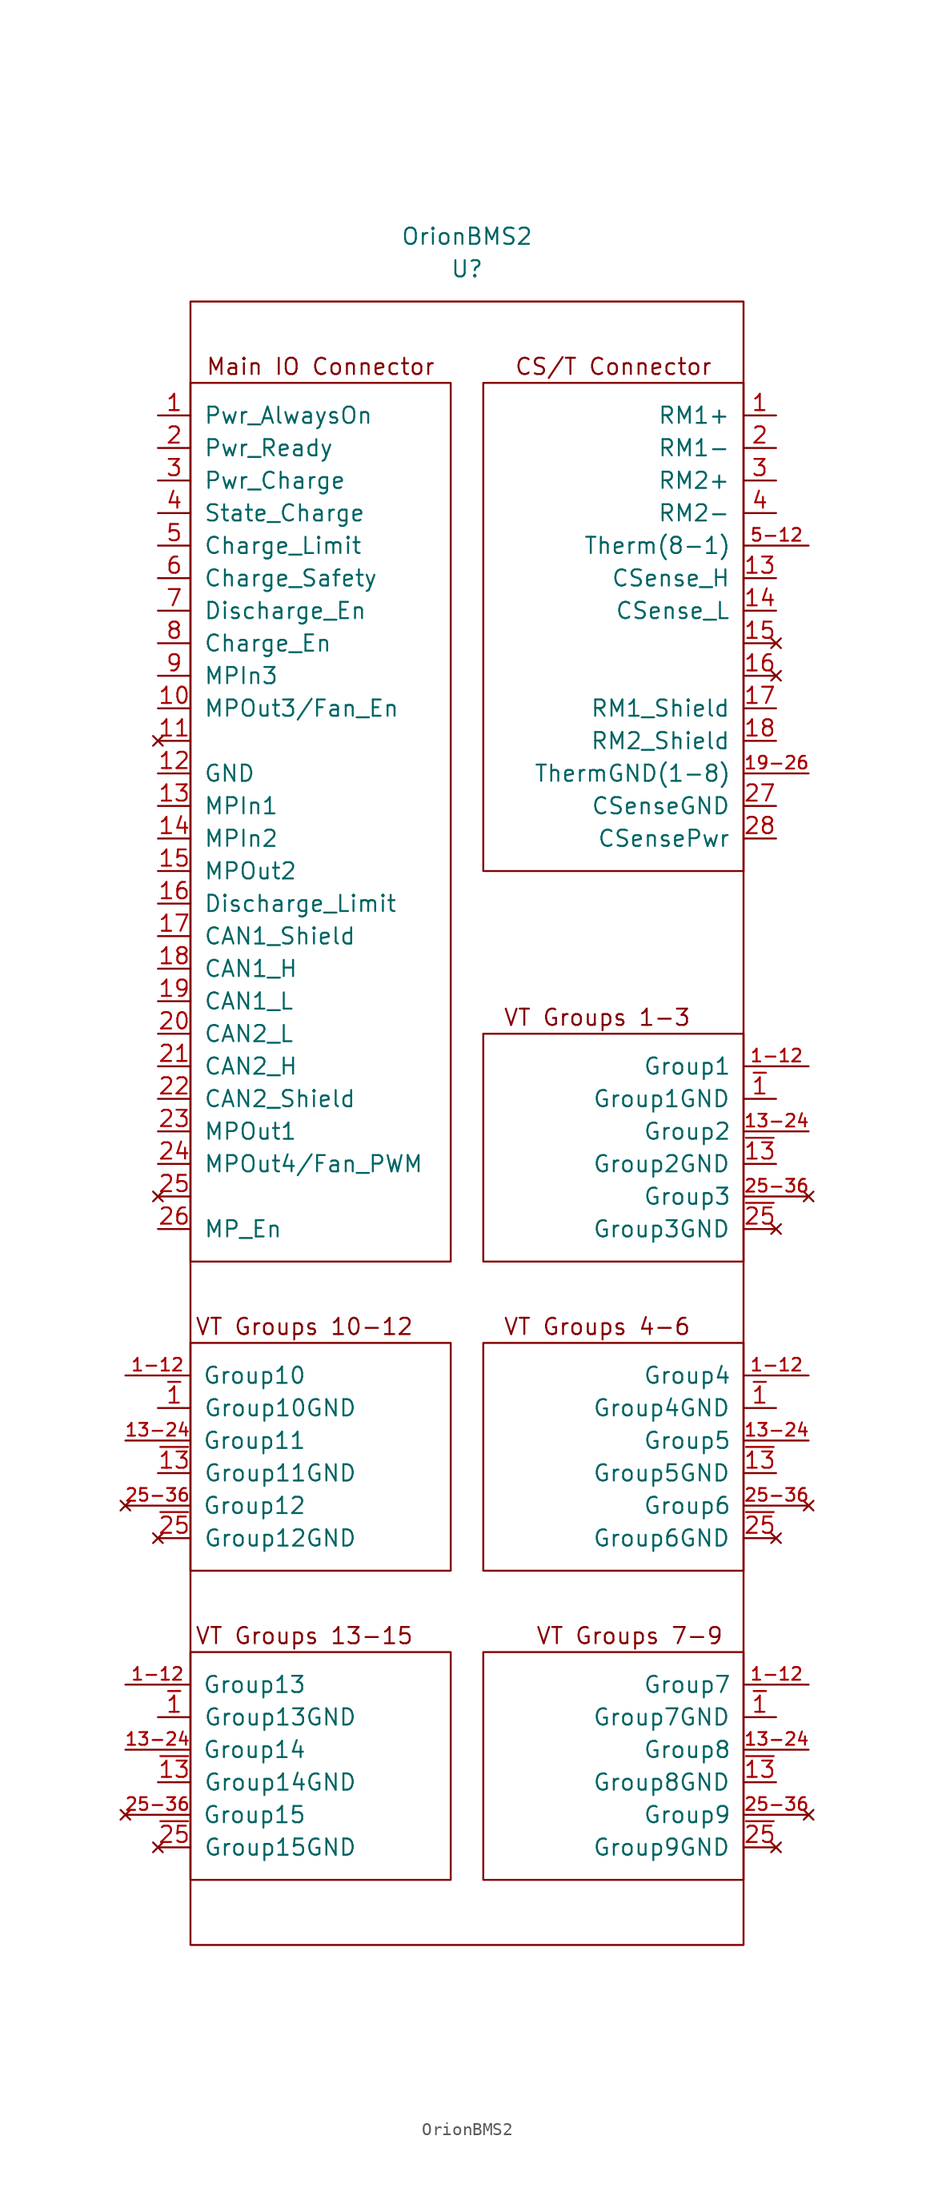
<source format=kicad_sym>
(kicad_symbol_lib
  (version 20211014)
  (generator kicad_symbol_editor)
  (symbol "OrionBMS2"
    (pin_names
      (offset 1.016))
    (property "Reference" "U"
      (at 0 33.02 0)
      (effects (font (size 1.27 1.27))))
    (property "Value" "OrionBMS2"
      (at 0 35.56 0)
      (effects (font (size 1.27 1.27))))
    (symbol "OrionBMS2_0_0"
      (rectangle (start -21.59 -50.8) (end -1.27 -68.58) (stroke (width 0) (type default) (color 0 0 0 0)) (fill (type none)))
      (rectangle (start 21.59 -50.8) (end 1.27 -68.58) (stroke (width 0) (type default) (color 0 0 0 0)) (fill (type none)))
      (rectangle (start 21.59 24.13) (end 1.27 -13.97) (stroke (width 0) (type default) (color 0 0 0 0)) (fill (type none)))
      (text "CS/T Connector" (at 11.43 25.4 0) (effects (font (size 1.27 1.27))))
      (text "Main IO Connector" (at -11.43 25.4 0) (effects (font (size 1.27 1.27))))
      (text "VT Groups 1-3" (at 10.16 -25.4 0) (effects (font (size 1.27 1.27))))
      (text "VT Groups 10-12" (at -12.7 -49.53 0) (effects (font (size 1.27 1.27))))
      (text "VT Groups 4-6" (at 10.16 -49.53 0) (effects (font (size 1.27 1.27)))))
    (symbol "OrionBMS2_0_1"
      (rectangle (start -21.59 24.13) (end -1.27 -44.45) (stroke (width 0) (type default) (color 0 0 0 0)) (fill (type none)))
      (rectangle (start -21.59 30.48) (end 21.59 -97.79) (stroke (width 0) (type default) (color 0 0 0 0)) (fill (type none)))
      (rectangle (start 21.59 -26.67) (end 1.27 -44.45) (stroke (width 0) (type default) (color 0 0 0 0)) (fill (type none))))
    (symbol "OrionBMS2_1_1"
      (rectangle (start -21.59 -74.93) (end -1.27 -92.71) (stroke (width 0) (type default) (color 0 0 0 0)) (fill (type none)))
      (rectangle (start 21.59 -74.93) (end 1.27 -92.71) (stroke (width 0) (type default) (color 0 0 0 0)) (fill (type none)))
      (text "VT Groups 13-15" (at -12.7 -73.66 0) (effects (font (size 1.27 1.27))))
      (text "VT Groups 7-9" (at 12.7 -73.66 0) (effects (font (size 1.27 1.27))))
      (pin power_in line (at -24.13 21.59 0) (length 2.54) (name "Pwr_AlwaysOn" (effects (font (size 1.27 1.27)))) (number "1" (effects (font (size 1.27 1.27)))))
      (pin bidirectional line (at 24.13 21.59 180) (length 2.54) (name "RM1+" (effects (font (size 1.27 1.27)))) (number "1" (effects (font (size 1.27 1.27)))))
      (pin input line (at 26.67 -29.21 180) (length 5.004) (name "Group1" (effects (font (size 1.27 1.27)))) (number "1-12" (effects (font (size 0.991 0.991)))))
      (pin input line (at -26.67 -53.34 0) (length 5.004) (name "Group10" (effects (font (size 1.27 1.27)))) (number "1-12" (effects (font (size 0.991 0.991)))))
      (pin input line (at -26.67 -77.47 0) (length 5.004) (name "Group13" (effects (font (size 1.27 1.27)))) (number "1-12" (effects (font (size 0.991 0.991)))))
      (pin input line (at 26.67 -53.34 180) (length 5.004) (name "Group4" (effects (font (size 1.27 1.27)))) (number "1-12" (effects (font (size 0.991 0.991)))))
      (pin input line (at 26.67 -77.47 180) (length 5.004) (name "Group7" (effects (font (size 1.27 1.27)))) (number "1-12" (effects (font (size 0.991 0.991)))))
      (pin output line (at -24.13 -1.27 0) (length 2.54) (name "MPOut3/Fan_En" (effects (font (size 1.27 1.27)))) (number "10" (effects (font (size 1.27 1.27)))))
      (pin no_connect line (at -24.13 -3.81 0) (length 2.54) (name "~" (effects (font (size 1.27 1.27)))) (number "11" (effects (font (size 1.27 1.27)))))
      (pin passive line (at -24.13 -6.35 0) (length 2.54) (name "GND" (effects (font (size 1.27 1.27)))) (number "12" (effects (font (size 1.27 1.27)))))
      (pin input line (at 24.13 8.89 180) (length 2.54) (name "CSense_H" (effects (font (size 1.27 1.27)))) (number "13" (effects (font (size 1.27 1.27)))))
      (pin input line (at -24.13 -8.89 0) (length 2.54) (name "MPIn1" (effects (font (size 1.27 1.27)))) (number "13" (effects (font (size 1.27 1.27)))))
      (pin input line (at -26.67 -58.42 0) (length 5.004) (name "Group11" (effects (font (size 1.27 1.27)))) (number "13-24" (effects (font (size 0.991 0.991)))))
      (pin input line (at -26.67 -82.55 0) (length 5.004) (name "Group14" (effects (font (size 1.27 1.27)))) (number "13-24" (effects (font (size 0.991 0.991)))))
      (pin input line (at 26.67 -34.29 180) (length 5.004) (name "Group2" (effects (font (size 1.27 1.27)))) (number "13-24" (effects (font (size 0.991 0.991)))))
      (pin input line (at 26.67 -58.42 180) (length 5.004) (name "Group5" (effects (font (size 1.27 1.27)))) (number "13-24" (effects (font (size 0.991 0.991)))))
      (pin input line (at 26.67 -82.55 180) (length 5.004) (name "Group8" (effects (font (size 1.27 1.27)))) (number "13-24" (effects (font (size 0.991 0.991)))))
      (pin input line (at 24.13 6.35 180) (length 2.54) (name "CSense_L" (effects (font (size 1.27 1.27)))) (number "14" (effects (font (size 1.27 1.27)))))
      (pin input line (at -24.13 -11.43 0) (length 2.54) (name "MPIn2" (effects (font (size 1.27 1.27)))) (number "14" (effects (font (size 1.27 1.27)))))
      (pin output line (at -24.13 -13.97 0) (length 2.54) (name "MPOut2" (effects (font (size 1.27 1.27)))) (number "15" (effects (font (size 1.27 1.27)))))
      (pin no_connect line (at 24.13 3.81 180) (length 2.54) (name "~" (effects (font (size 1.27 1.27)))) (number "15" (effects (font (size 1.27 1.27)))))
      (pin output line (at -24.13 -16.51 0) (length 2.54) (name "Discharge_Limit" (effects (font (size 1.27 1.27)))) (number "16" (effects (font (size 1.27 1.27)))))
      (pin no_connect line (at 24.13 1.27 180) (length 2.54) (name "~" (effects (font (size 1.27 1.27)))) (number "16" (effects (font (size 1.27 1.27)))))
      (pin passive line (at -24.13 -19.05 0) (length 2.54) (name "CAN1_Shield" (effects (font (size 1.27 1.27)))) (number "17" (effects (font (size 1.27 1.27)))))
      (pin passive line (at 24.13 -1.27 180) (length 2.54) (name "RM1_Shield" (effects (font (size 1.27 1.27)))) (number "17" (effects (font (size 1.27 1.27)))))
      (pin bidirectional line (at -24.13 -21.59 0) (length 2.54) (name "CAN1_H" (effects (font (size 1.27 1.27)))) (number "18" (effects (font (size 1.27 1.27)))))
      (pin passive line (at 24.13 -3.81 180) (length 2.54) (name "RM2_Shield" (effects (font (size 1.27 1.27)))) (number "18" (effects (font (size 1.27 1.27)))))
      (pin bidirectional line (at -24.13 -24.13 0) (length 2.54) (name "CAN1_L" (effects (font (size 1.27 1.27)))) (number "19" (effects (font (size 1.27 1.27)))))
      (pin passive line (at 26.67 -6.35 180) (length 5.004) (name "ThermGND(1-8)" (effects (font (size 1.27 1.27)))) (number "19-26" (effects (font (size 0.991 0.991)))))
      (pin power_in line (at -24.13 19.05 0) (length 2.54) (name "Pwr_Ready" (effects (font (size 1.27 1.27)))) (number "2" (effects (font (size 1.27 1.27)))))
      (pin bidirectional line (at 24.13 19.05 180) (length 2.54) (name "RM1-" (effects (font (size 1.27 1.27)))) (number "2" (effects (font (size 1.27 1.27)))))
      (pin bidirectional line (at -24.13 -26.67 0) (length 2.54) (name "CAN2_L" (effects (font (size 1.27 1.27)))) (number "20" (effects (font (size 1.27 1.27)))))
      (pin bidirectional line (at -24.13 -29.21 0) (length 2.54) (name "CAN2_H" (effects (font (size 1.27 1.27)))) (number "21" (effects (font (size 1.27 1.27)))))
      (pin passive line (at -24.13 -31.75 0) (length 2.54) (name "CAN2_Shield" (effects (font (size 1.27 1.27)))) (number "22" (effects (font (size 1.27 1.27)))))
      (pin output line (at -24.13 -34.29 0) (length 2.54) (name "MPOut1" (effects (font (size 1.27 1.27)))) (number "23" (effects (font (size 1.27 1.27)))))
      (pin output line (at -24.13 -36.83 0) (length 2.54) (name "MPOut4/Fan_PWM" (effects (font (size 1.27 1.27)))) (number "24" (effects (font (size 1.27 1.27)))))
      (pin no_connect line (at -24.13 -39.37 0) (length 2.54) (name "~" (effects (font (size 1.27 1.27)))) (number "25" (effects (font (size 1.27 1.27)))))
      (pin no_connect line (at -26.67 -63.5 0) (length 5.004) (name "Group12" (effects (font (size 1.27 1.27)))) (number "25-36" (effects (font (size 0.991 0.991)))))
      (pin no_connect line (at -26.67 -87.63 0) (length 5.004) (name "Group15" (effects (font (size 1.27 1.27)))) (number "25-36" (effects (font (size 0.991 0.991)))))
      (pin no_connect line (at 26.67 -39.37 180) (length 5.004) (name "Group3" (effects (font (size 1.27 1.27)))) (number "25-36" (effects (font (size 0.991 0.991)))))
      (pin no_connect line (at 26.67 -63.5 180) (length 5.004) (name "Group6" (effects (font (size 1.27 1.27)))) (number "25-36" (effects (font (size 0.991 0.991)))))
      (pin no_connect line (at 26.67 -87.63 180) (length 5.004) (name "Group9" (effects (font (size 1.27 1.27)))) (number "25-36" (effects (font (size 0.991 0.991)))))
      (pin output line (at -24.13 -41.91 0) (length 2.54) (name "MP_En" (effects (font (size 1.27 1.27)))) (number "26" (effects (font (size 1.27 1.27)))))
      (pin passive line (at 24.13 -8.89 180) (length 2.54) (name "CSenseGND" (effects (font (size 1.27 1.27)))) (number "27" (effects (font (size 1.27 1.27)))))
      (pin power_out line (at 24.13 -11.43 180) (length 2.54) (name "CSensePwr" (effects (font (size 1.27 1.27)))) (number "28" (effects (font (size 1.27 1.27)))))
      (pin power_in line (at -24.13 16.51 0) (length 2.54) (name "Pwr_Charge" (effects (font (size 1.27 1.27)))) (number "3" (effects (font (size 1.27 1.27)))))
      (pin bidirectional line (at 24.13 16.51 180) (length 2.54) (name "RM2+" (effects (font (size 1.27 1.27)))) (number "3" (effects (font (size 1.27 1.27)))))
      (pin bidirectional line (at 24.13 13.97 180) (length 2.54) (name "RM2-" (effects (font (size 1.27 1.27)))) (number "4" (effects (font (size 1.27 1.27)))))
      (pin input line (at -24.13 13.97 0) (length 2.54) (name "State_Charge" (effects (font (size 1.27 1.27)))) (number "4" (effects (font (size 1.27 1.27)))))
      (pin output line (at -24.13 11.43 0) (length 2.54) (name "Charge_Limit" (effects (font (size 1.27 1.27)))) (number "5" (effects (font (size 1.27 1.27)))))
      (pin input line (at 26.67 11.43 180) (length 5.004) (name "Therm(8-1)" (effects (font (size 1.27 1.27)))) (number "5-12" (effects (font (size 0.991 0.991)))))
      (pin output line (at -24.13 8.89 0) (length 2.54) (name "Charge_Safety" (effects (font (size 1.27 1.27)))) (number "6" (effects (font (size 1.27 1.27)))))
      (pin output line (at -24.13 6.35 0) (length 2.54) (name "Discharge_En" (effects (font (size 1.27 1.27)))) (number "7" (effects (font (size 1.27 1.27)))))
      (pin output line (at -24.13 3.81 0) (length 2.54) (name "Charge_En" (effects (font (size 1.27 1.27)))) (number "8" (effects (font (size 1.27 1.27)))))
      (pin input line (at -24.13 1.27 0) (length 2.54) (name "MPIn3" (effects (font (size 1.27 1.27)))) (number "9" (effects (font (size 1.27 1.27)))))
      (pin input line (at -24.13 -60.96 0) (length 2.54) (name "Group11GND" (effects (font (size 1.27 1.27)))) (number "~{13}" (effects (font (size 1.27 1.27)))))
      (pin input line (at -24.13 -85.09 0) (length 2.54) (name "Group14GND" (effects (font (size 1.27 1.27)))) (number "~{13}" (effects (font (size 1.27 1.27)))))
      (pin input line (at 24.13 -36.83 180) (length 2.54) (name "Group2GND" (effects (font (size 1.27 1.27)))) (number "~{13}" (effects (font (size 1.27 1.27)))))
      (pin input line (at 24.13 -60.96 180) (length 2.54) (name "Group5GND" (effects (font (size 1.27 1.27)))) (number "~{13}" (effects (font (size 1.27 1.27)))))
      (pin input line (at 24.13 -85.09 180) (length 2.54) (name "Group8GND" (effects (font (size 1.27 1.27)))) (number "~{13}" (effects (font (size 1.27 1.27)))))
      (pin input line (at -24.13 -55.88 0) (length 2.54) (name "Group10GND" (effects (font (size 1.27 1.27)))) (number "~{1}" (effects (font (size 1.27 1.27)))))
      (pin input line (at -24.13 -80.01 0) (length 2.54) (name "Group13GND" (effects (font (size 1.27 1.27)))) (number "~{1}" (effects (font (size 1.27 1.27)))))
      (pin input line (at 24.13 -31.75 180) (length 2.54) (name "Group1GND" (effects (font (size 1.27 1.27)))) (number "~{1}" (effects (font (size 1.27 1.27)))))
      (pin input line (at 24.13 -55.88 180) (length 2.54) (name "Group4GND" (effects (font (size 1.27 1.27)))) (number "~{1}" (effects (font (size 1.27 1.27)))))
      (pin input line (at 24.13 -80.01 180) (length 2.54) (name "Group7GND" (effects (font (size 1.27 1.27)))) (number "~{1}" (effects (font (size 1.27 1.27)))))
      (pin no_connect line (at -24.13 -66.04 0) (length 2.54) (name "Group12GND" (effects (font (size 1.27 1.27)))) (number "~{25}" (effects (font (size 1.27 1.27)))))
      (pin no_connect line (at -24.13 -90.17 0) (length 2.54) (name "Group15GND" (effects (font (size 1.27 1.27)))) (number "~{25}" (effects (font (size 1.27 1.27)))))
      (pin no_connect line (at 24.13 -41.91 180) (length 2.54) (name "Group3GND" (effects (font (size 1.27 1.27)))) (number "~{25}" (effects (font (size 1.27 1.27)))))
      (pin no_connect line (at 24.13 -66.04 180) (length 2.54) (name "Group6GND" (effects (font (size 1.27 1.27)))) (number "~{25}" (effects (font (size 1.27 1.27)))))
      (pin no_connect line (at 24.13 -90.17 180) (length 2.54) (name "Group9GND" (effects (font (size 1.27 1.27)))) (number "~{25}" (effects (font (size 1.27 1.27))))))))
</source>
